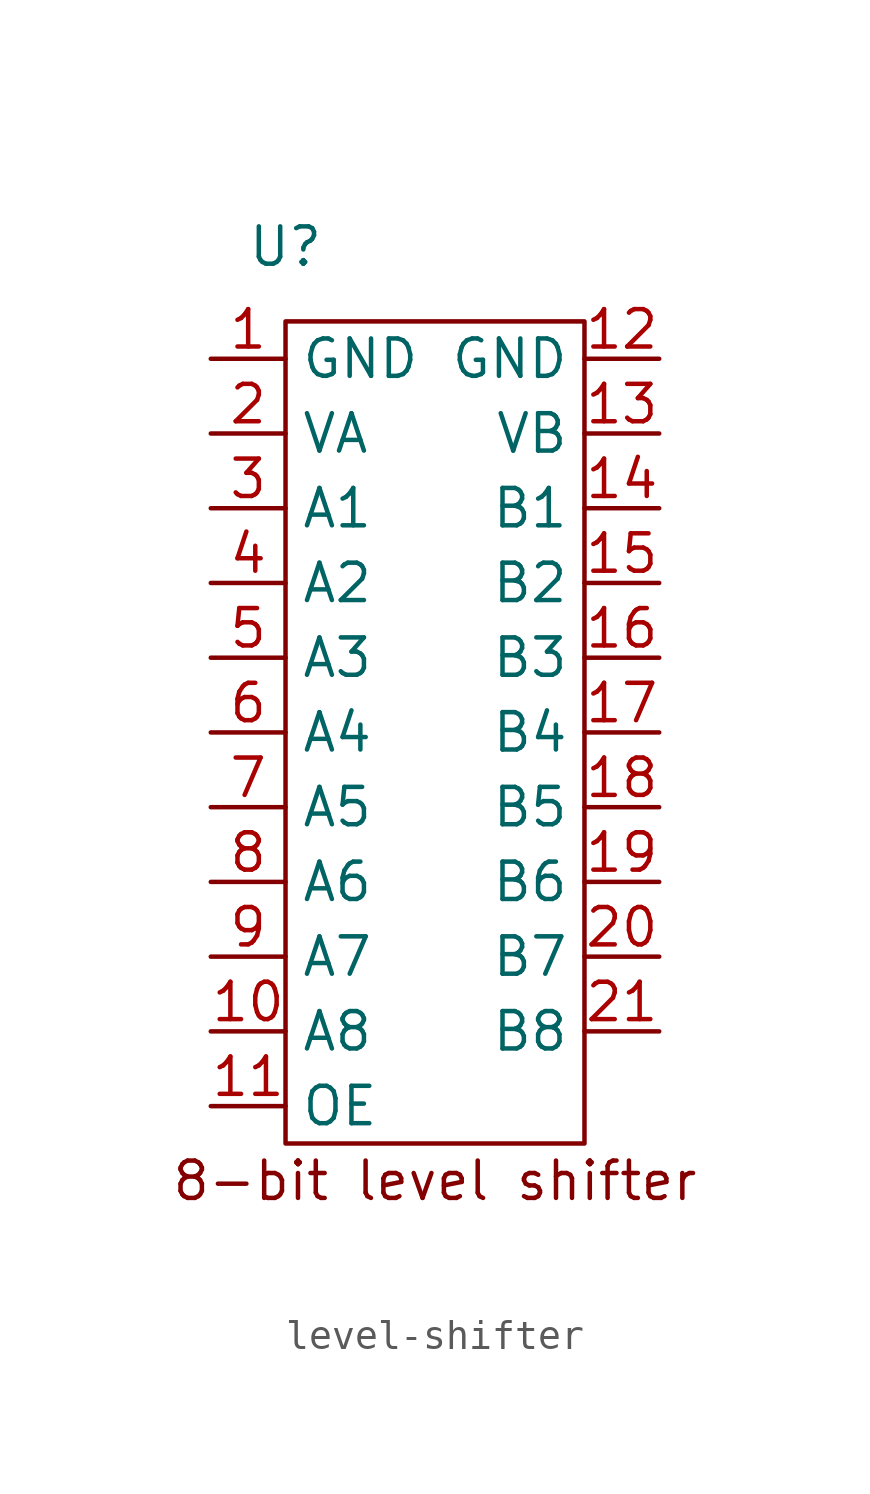
<source format=kicad_sym>
(kicad_symbol_lib
  (version 20220914)
  (generator kicad_symbol_editor)
  (symbol "level-shifter"
    (property "Reference" "U"
      (at -5.08 16.51 0)
      (effects (font (size 1.27 1.27))))
    (property "Value" ""
      (at 0 0 0)
      (effects (font (size 1.27 1.27))))
    (symbol "level-shifter_0_1"
      (rectangle (start -5.08 13.97) (end 5.08 -13.97) (stroke (width 0) (type default)) (fill (type none))))
    (symbol "level-shifter_1_1"
      (text "8-bit level shifter" (at 0 -15.24 0) (effects (font (size 1.27 1.27))))
      (pin power_in line (at -7.62 12.7 0) (length 2.54) (name "GND" (effects (font (size 1.27 1.27)))) (number "1" (effects (font (size 1.27 1.27)))))
      (pin bidirectional line (at -7.62 -10.16 0) (length 2.54) (name "A8" (effects (font (size 1.27 1.27)))) (number "10" (effects (font (size 1.27 1.27)))))
      (pin input line (at -7.62 -12.7 0) (length 2.54) (name "OE" (effects (font (size 1.27 1.27)))) (number "11" (effects (font (size 1.27 1.27)))))
      (pin power_in line (at 7.62 12.7 180) (length 2.54) (name "GND" (effects (font (size 1.27 1.27)))) (number "12" (effects (font (size 1.27 1.27)))))
      (pin power_in line (at 7.62 10.16 180) (length 2.54) (name "VB" (effects (font (size 1.27 1.27)))) (number "13" (effects (font (size 1.27 1.27)))))
      (pin bidirectional line (at 7.62 7.62 180) (length 2.54) (name "B1" (effects (font (size 1.27 1.27)))) (number "14" (effects (font (size 1.27 1.27)))))
      (pin bidirectional line (at 7.62 5.08 180) (length 2.54) (name "B2" (effects (font (size 1.27 1.27)))) (number "15" (effects (font (size 1.27 1.27)))))
      (pin bidirectional line (at 7.62 2.54 180) (length 2.54) (name "B3" (effects (font (size 1.27 1.27)))) (number "16" (effects (font (size 1.27 1.27)))))
      (pin bidirectional line (at 7.62 0 180) (length 2.54) (name "B4" (effects (font (size 1.27 1.27)))) (number "17" (effects (font (size 1.27 1.27)))))
      (pin bidirectional line (at 7.62 -2.54 180) (length 2.54) (name "B5" (effects (font (size 1.27 1.27)))) (number "18" (effects (font (size 1.27 1.27)))))
      (pin bidirectional line (at 7.62 -5.08 180) (length 2.54) (name "B6" (effects (font (size 1.27 1.27)))) (number "19" (effects (font (size 1.27 1.27)))))
      (pin power_in line (at -7.62 10.16 0) (length 2.54) (name "VA" (effects (font (size 1.27 1.27)))) (number "2" (effects (font (size 1.27 1.27)))))
      (pin bidirectional line (at 7.62 -7.62 180) (length 2.54) (name "B7" (effects (font (size 1.27 1.27)))) (number "20" (effects (font (size 1.27 1.27)))))
      (pin bidirectional line (at 7.62 -10.16 180) (length 2.54) (name "B8" (effects (font (size 1.27 1.27)))) (number "21" (effects (font (size 1.27 1.27)))))
      (pin bidirectional line (at -7.62 7.62 0) (length 2.54) (name "A1" (effects (font (size 1.27 1.27)))) (number "3" (effects (font (size 1.27 1.27)))))
      (pin bidirectional line (at -7.62 5.08 0) (length 2.54) (name "A2" (effects (font (size 1.27 1.27)))) (number "4" (effects (font (size 1.27 1.27)))))
      (pin bidirectional line (at -7.62 2.54 0) (length 2.54) (name "A3" (effects (font (size 1.27 1.27)))) (number "5" (effects (font (size 1.27 1.27)))))
      (pin bidirectional line (at -7.62 0 0) (length 2.54) (name "A4" (effects (font (size 1.27 1.27)))) (number "6" (effects (font (size 1.27 1.27)))))
      (pin bidirectional line (at -7.62 -2.54 0) (length 2.54) (name "A5" (effects (font (size 1.27 1.27)))) (number "7" (effects (font (size 1.27 1.27)))))
      (pin bidirectional line (at -7.62 -5.08 0) (length 2.54) (name "A6" (effects (font (size 1.27 1.27)))) (number "8" (effects (font (size 1.27 1.27)))))
      (pin bidirectional line (at -7.62 -7.62 0) (length 2.54) (name "A7" (effects (font (size 1.27 1.27)))) (number "9" (effects (font (size 1.27 1.27))))))))
</source>
